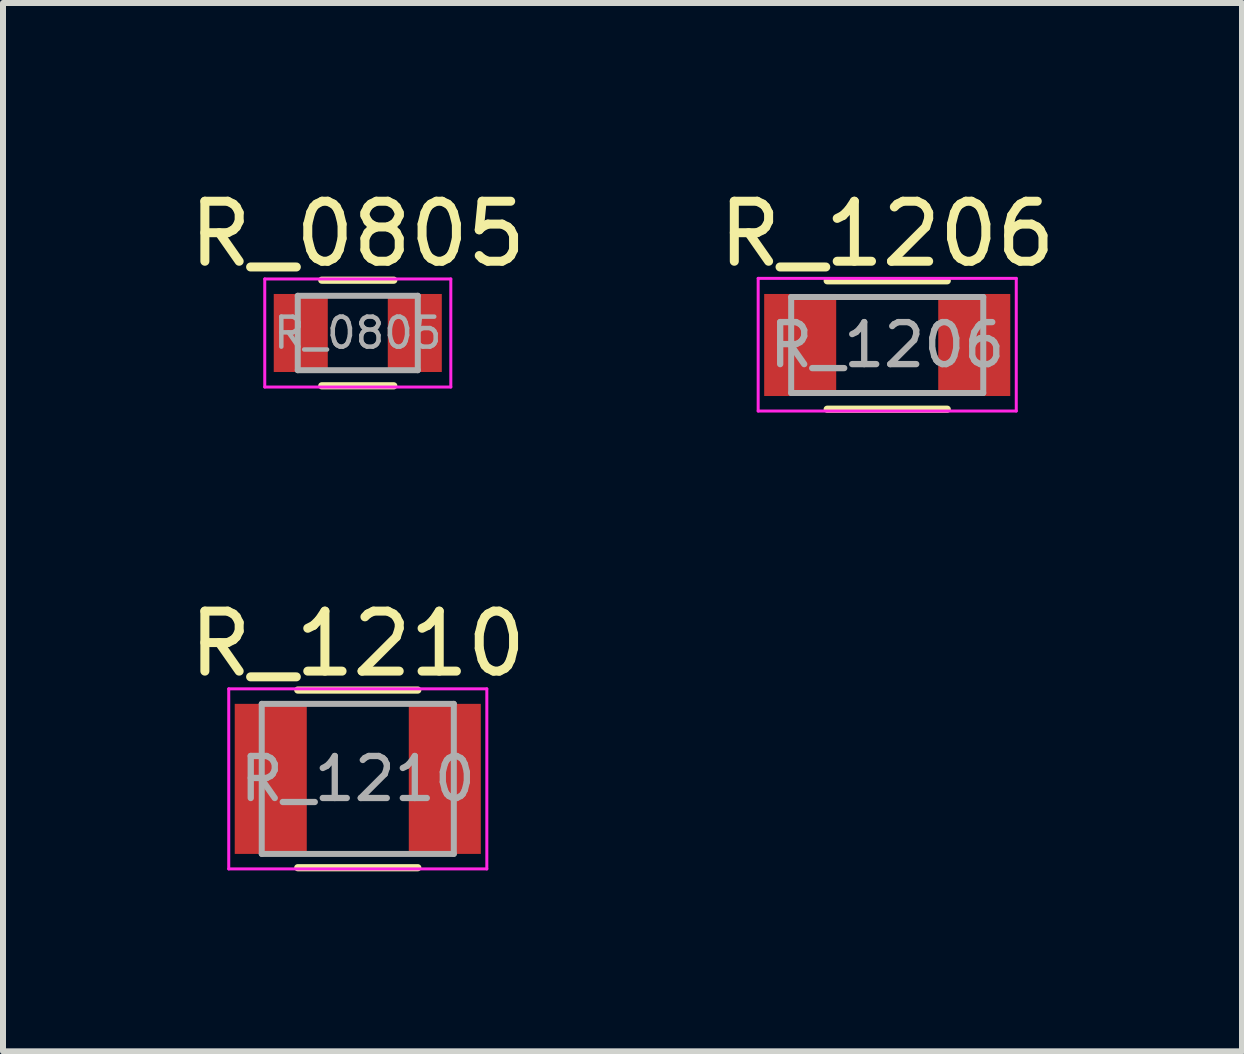
<source format=kicad_pcb>
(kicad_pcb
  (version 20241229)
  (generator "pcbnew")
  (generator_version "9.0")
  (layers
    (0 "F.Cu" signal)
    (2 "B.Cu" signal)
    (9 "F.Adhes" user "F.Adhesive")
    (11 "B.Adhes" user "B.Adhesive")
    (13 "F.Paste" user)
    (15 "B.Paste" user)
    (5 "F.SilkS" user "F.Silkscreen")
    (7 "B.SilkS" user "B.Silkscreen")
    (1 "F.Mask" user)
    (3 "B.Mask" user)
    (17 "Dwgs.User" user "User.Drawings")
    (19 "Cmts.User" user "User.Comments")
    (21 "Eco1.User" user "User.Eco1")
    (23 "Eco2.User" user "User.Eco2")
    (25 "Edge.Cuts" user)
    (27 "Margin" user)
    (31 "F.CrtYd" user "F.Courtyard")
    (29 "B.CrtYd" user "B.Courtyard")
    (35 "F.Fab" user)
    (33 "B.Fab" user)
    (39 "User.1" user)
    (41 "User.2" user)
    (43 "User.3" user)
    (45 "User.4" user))
  (footprint "R_1210"
    (layer "F.Cu")
    (at 2.911 9.927)
    (property "Reference" "R_1210" (at 0 -2.25 0) (layer "F.SilkS") (effects (font (size 1 1) (thickness 0.15))))
    (attr smd)
    (fp_line (start -1 -1.48) (end 1 -1.48) (stroke (width 0.12) (type solid)) (layer "F.SilkS"))
    (fp_line (start 1 1.48) (end -1 1.48) (stroke (width 0.12) (type solid)) (layer "F.SilkS"))
    (fp_line (start -2.15 -1.5) (end -2.15 1.5) (stroke (width 0.05) (type solid)) (layer "F.CrtYd"))
    (fp_line (start -2.15 -1.5) (end 2.15 -1.5) (stroke (width 0.05) (type solid)) (layer "F.CrtYd"))
    (fp_line (start 2.15 1.5) (end -2.15 1.5) (stroke (width 0.05) (type solid)) (layer "F.CrtYd"))
    (fp_line (start 2.15 1.5) (end 2.15 -1.5) (stroke (width 0.05) (type solid)) (layer "F.CrtYd"))
    (fp_line (start -1.6 -1.25) (end 1.6 -1.25) (stroke (width 0.1) (type solid)) (layer "F.Fab"))
    (fp_line (start -1.6 1.25) (end -1.6 -1.25) (stroke (width 0.1) (type solid)) (layer "F.Fab"))
    (fp_line (start 1.6 -1.25) (end 1.6 1.25) (stroke (width 0.1) (type solid)) (layer "F.Fab"))
    (fp_line (start 1.6 1.25) (end -1.6 1.25) (stroke (width 0.1) (type solid)) (layer "F.Fab"))
    (fp_text user "${REFERENCE}" (at 0 0 0) (layer "F.Fab") (effects (font (size 0.7 0.7) (thickness 0.105))))
    (pad "1" smd rect (at -1.45 0) (size 1.2 2.5) (layers "F.Cu" "F.Mask" "F.Paste"))
    (pad "2" smd rect (at 1.45 0) (size 1.2 2.5) (layers "F.Cu" "F.Mask" "F.Paste")))
  (footprint "R_1206"
    (layer "F.Cu")
    (at 11.732 2.698)
    (property "Reference" "R_1206" (at 0 -1.85 0) (layer "F.SilkS") (effects (font (size 1 1) (thickness 0.15))))
    (attr smd)
    (fp_line (start -1 -1.07) (end 1 -1.07) (stroke (width 0.12) (type solid)) (layer "F.SilkS"))
    (fp_line (start 1 1.07) (end -1 1.07) (stroke (width 0.12) (type solid)) (layer "F.SilkS"))
    (fp_line (start -2.15 -1.11) (end -2.15 1.1) (stroke (width 0.05) (type solid)) (layer "F.CrtYd"))
    (fp_line (start -2.15 -1.11) (end 2.15 -1.11) (stroke (width 0.05) (type solid)) (layer "F.CrtYd"))
    (fp_line (start 2.15 1.1) (end -2.15 1.1) (stroke (width 0.05) (type solid)) (layer "F.CrtYd"))
    (fp_line (start 2.15 1.1) (end 2.15 -1.11) (stroke (width 0.05) (type solid)) (layer "F.CrtYd"))
    (fp_line (start -1.6 -0.8) (end 1.6 -0.8) (stroke (width 0.1) (type solid)) (layer "F.Fab"))
    (fp_line (start -1.6 0.8) (end -1.6 -0.8) (stroke (width 0.1) (type solid)) (layer "F.Fab"))
    (fp_line (start 1.6 -0.8) (end 1.6 0.8) (stroke (width 0.1) (type solid)) (layer "F.Fab"))
    (fp_line (start 1.6 0.8) (end -1.6 0.8) (stroke (width 0.1) (type solid)) (layer "F.Fab"))
    (fp_text user "${REFERENCE}" (at 0 0 0) (layer "F.Fab") (effects (font (size 0.7 0.7) (thickness 0.105))))
    (pad "1" smd rect (at -1.45 0) (size 1.2 1.7) (layers "F.Cu" "F.Mask" "F.Paste"))
    (pad "2" smd rect (at 1.45 0) (size 1.2 1.7) (layers "F.Cu" "F.Mask" "F.Paste")))
  (footprint "R_0805"
    (layer "F.Cu")
    (at 2.911 2.498)
    (property "Reference" "R_0805" (at 0 -1.65 0) (layer "F.SilkS") (effects (font (size 1 1) (thickness 0.15))))
    (attr smd)
    (fp_line (start -0.6 -0.88) (end 0.6 -0.88) (stroke (width 0.12) (type solid)) (layer "F.SilkS"))
    (fp_line (start 0.6 0.88) (end -0.6 0.88) (stroke (width 0.12) (type solid)) (layer "F.SilkS"))
    (fp_line (start -1.55 -0.9) (end -1.55 0.9) (stroke (width 0.05) (type solid)) (layer "F.CrtYd"))
    (fp_line (start -1.55 -0.9) (end 1.55 -0.9) (stroke (width 0.05) (type solid)) (layer "F.CrtYd"))
    (fp_line (start 1.55 0.9) (end -1.55 0.9) (stroke (width 0.05) (type solid)) (layer "F.CrtYd"))
    (fp_line (start 1.55 0.9) (end 1.55 -0.9) (stroke (width 0.05) (type solid)) (layer "F.CrtYd"))
    (fp_line (start -1 -0.62) (end 1 -0.62) (stroke (width 0.1) (type solid)) (layer "F.Fab"))
    (fp_line (start -1 0.62) (end -1 -0.62) (stroke (width 0.1) (type solid)) (layer "F.Fab"))
    (fp_line (start 1 -0.62) (end 1 0.62) (stroke (width 0.1) (type solid)) (layer "F.Fab"))
    (fp_line (start 1 0.62) (end -1 0.62) (stroke (width 0.1) (type solid)) (layer "F.Fab"))
    (fp_text user "${REFERENCE}" (at 0 0 0) (layer "F.Fab") (effects (font (size 0.5 0.5) (thickness 0.075))))
    (pad "1" smd rect (at -0.95 0) (size 0.9 1.3) (layers "F.Cu" "F.Mask" "F.Paste"))
    (pad "2" smd rect (at 0.95 0) (size 0.9 1.3) (layers "F.Cu" "F.Mask" "F.Paste")))
  (gr_rect
    (start -3 -3)
    (end 17.643 14.466)
    (stroke (width 0.1) (type default))
    (fill no)
    (layer "Edge.Cuts")))
</source>
